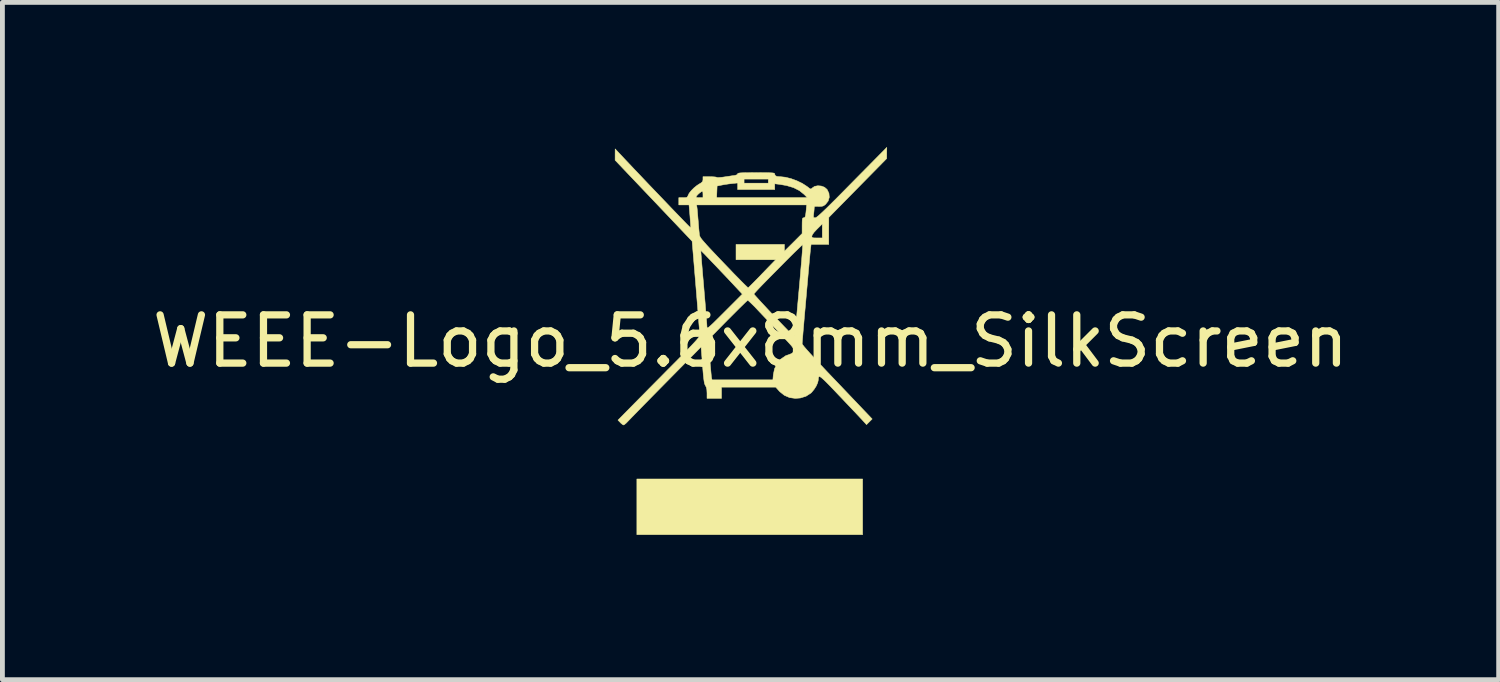
<source format=kicad_pcb>
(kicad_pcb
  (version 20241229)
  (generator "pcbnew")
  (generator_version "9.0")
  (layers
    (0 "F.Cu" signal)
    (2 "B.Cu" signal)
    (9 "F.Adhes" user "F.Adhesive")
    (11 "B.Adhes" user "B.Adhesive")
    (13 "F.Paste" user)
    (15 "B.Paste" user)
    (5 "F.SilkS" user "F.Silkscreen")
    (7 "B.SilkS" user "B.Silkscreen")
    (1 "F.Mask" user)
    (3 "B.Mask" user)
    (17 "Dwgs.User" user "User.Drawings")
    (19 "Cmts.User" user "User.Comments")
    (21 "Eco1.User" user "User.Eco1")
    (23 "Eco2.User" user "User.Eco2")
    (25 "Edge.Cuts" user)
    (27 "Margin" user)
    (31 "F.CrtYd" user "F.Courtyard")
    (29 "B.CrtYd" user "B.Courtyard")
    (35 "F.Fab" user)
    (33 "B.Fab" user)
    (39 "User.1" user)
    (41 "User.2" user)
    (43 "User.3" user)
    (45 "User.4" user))
  (footprint "WEEE-Logo_5.6x8mm_SilkScreen"
    (layer "F.Cu")
    (at 12.506 4.021)
    (property "Reference" "WEEE-Logo_5.6x8mm_SilkScreen" (at 0 0 0) (layer "F.SilkS") (effects (font (size 1 1) (thickness 0.15))))
    (attr board_only exclude_from_pos_files exclude_from_bom allow_missing_courtyard)
    (fp_poly (pts (xy 2.323 4.011) (xy -2.356 4.011) (xy -2.356 2.857) (xy 2.323 2.857) (xy 2.323 4.011)) (stroke (width 0.01) (type solid)) (fill yes) (layer "F.SilkS"))
    (fp_poly (pts (xy 2.823 -3.901) (xy 2.822 -3.785) (xy 2.222 -3.175) (xy 1.622 -2.565) (xy 1.621 -2.285) (xy 1.621 -2.005) (xy 1.255 -2.005) (xy 1.246 -1.934) (xy 1.242 -1.902) (xy 1.236 -1.841) (xy 1.228 -1.755) (xy 1.218 -1.648) (xy 1.207 -1.523) (xy 1.194 -1.384) (xy 1.181 -1.235) (xy 1.167 -1.078) (xy 1.153 -0.919) (xy 1.139 -0.76) (xy 1.125 -0.606) (xy 1.112 -0.459) (xy 1.101 -0.324) (xy 1.09 -0.203) (xy 1.082 -0.101) (xy 1.075 -0.022) (xy 1.071 0.031) (xy 1.07 0.055) (xy 1.07 0.055) (xy 1.08 0.074) (xy 1.111 0.114) (xy 1.163 0.174) (xy 1.236 0.256) (xy 1.331 0.359) (xy 1.448 0.485) (xy 1.587 0.633) (xy 1.75 0.804) (xy 1.796 0.852) (xy 2.521 1.613) (xy 2.463 1.671) (xy 2.404 1.73) (xy 2.309 1.626) (xy 2.274 1.589) (xy 2.22 1.531) (xy 2.15 1.457) (xy 2.067 1.37) (xy 1.976 1.274) (xy 1.88 1.172) (xy 1.822 1.112) (xy 1.714 0.998) (xy 1.626 0.907) (xy 1.557 0.837) (xy 1.504 0.787) (xy 1.466 0.754) (xy 1.439 0.736) (xy 1.421 0.734) (xy 1.412 0.744) (xy 1.407 0.764) (xy 1.405 0.795) (xy 1.405 0.803) (xy 1.392 0.86) (xy 1.362 0.929) (xy 1.318 0.998) (xy 1.269 1.058) (xy 1.25 1.077) (xy 1.149 1.142) (xy 1.032 1.178) (xy 0.928 1.186) (xy 0.81 1.17) (xy 0.701 1.123) (xy 0.605 1.046) (xy 0.587 1.026) (xy 0.522 0.953) (xy -0.602 0.953) (xy -0.602 1.186) (xy -0.902 1.186) (xy -0.902 1.077) (xy -0.906 1.003) (xy -0.919 0.951) (xy -0.934 0.923) (xy -0.945 0.902) (xy -0.955 0.873) (xy -0.963 0.831) (xy -0.971 0.77) (xy -0.98 0.688) (xy -0.989 0.579) (xy -0.995 0.498) (xy -1.025 0.119) (xy -1.746 0.849) (xy -1.876 0.981) (xy -2.001 1.108) (xy -2.119 1.228) (xy -2.227 1.338) (xy -2.322 1.435) (xy -2.404 1.519) (xy -2.468 1.585) (xy -2.514 1.633) (xy -2.539 1.659) (xy -2.579 1.7) (xy -2.613 1.728) (xy -2.631 1.738) (xy -2.654 1.727) (xy -2.688 1.699) (xy -2.699 1.687) (xy -2.748 1.637) (xy -2.481 1.366) (xy -2.413 1.297) (xy -2.325 1.208) (xy -2.221 1.103) (xy -2.106 0.986) (xy -1.982 0.861) (xy -1.854 0.732) (xy -1.726 0.602) (xy -1.633 0.509) (xy -1.493 0.368) (xy -1.376 0.248) (xy -1.279 0.148) (xy -1.201 0.066) (xy -1.142 0.002) (xy -1.112 -0.032) (xy -0.875 -0.032) (xy -0.846 0.348) (xy -0.837 0.459) (xy -0.828 0.56) (xy -0.82 0.647) (xy -0.814 0.714) (xy -0.809 0.755) (xy -0.807 0.765) (xy -0.798 0.802) (xy 0.463 0.802) (xy 0.472 0.697) (xy 0.497 0.573) (xy 0.55 0.464) (xy 0.628 0.372) (xy 0.727 0.303) (xy 0.838 0.262) (xy 0.874 0.242) (xy 0.892 0.2) (xy 0.892 0.199) (xy 0.894 0.181) (xy 0.891 0.163) (xy 0.881 0.141) (xy 0.861 0.112) (xy 0.828 0.073) (xy 0.78 0.02) (xy 0.714 -0.051) (xy 0.628 -0.142) (xy 0.622 -0.148) (xy 0.53 -0.245) (xy 0.431 -0.349) (xy 0.333 -0.452) (xy 0.243 -0.547) (xy 0.167 -0.627) (xy 0.15 -0.645) (xy 0.086 -0.713) (xy 0.028 -0.77) (xy -0.018 -0.814) (xy -0.048 -0.841) (xy -0.059 -0.846) (xy -0.074 -0.834) (xy -0.11 -0.801) (xy -0.163 -0.749) (xy -0.232 -0.682) (xy -0.312 -0.602) (xy -0.402 -0.512) (xy -0.476 -0.438) (xy -0.875 -0.032) (xy -1.112 -0.032) (xy -1.099 -0.047) (xy -1.07 -0.083) (xy -1.056 -0.107) (xy -1.052 -0.118) (xy -1.053 -0.141) (xy -1.057 -0.195) (xy -1.063 -0.277) (xy -1.072 -0.382) (xy -1.082 -0.508) (xy -1.093 -0.651) (xy -1.106 -0.81) (xy -1.12 -0.98) (xy -1.131 -1.115) (xy -1.195 -1.881) (xy -1.031 -1.881) (xy -1.03 -1.864) (xy -1.027 -1.818) (xy -1.021 -1.745) (xy -1.014 -1.648) (xy -1.004 -1.531) (xy -0.993 -1.398) (xy -0.98 -1.25) (xy -0.968 -1.111) (xy -0.955 -0.952) (xy -0.942 -0.803) (xy -0.931 -0.665) (xy -0.921 -0.544) (xy -0.913 -0.443) (xy -0.907 -0.364) (xy -0.904 -0.313) (xy -0.903 -0.293) (xy -0.901 -0.28) (xy -0.895 -0.275) (xy -0.881 -0.28) (xy -0.859 -0.296) (xy -0.824 -0.326) (xy -0.775 -0.372) (xy -0.71 -0.436) (xy -0.626 -0.519) (xy -0.536 -0.609) (xy -0.17 -0.975) (xy -0.172 -0.978) (xy 0.07 -0.978) (xy 0.081 -0.962) (xy 0.112 -0.927) (xy 0.16 -0.874) (xy 0.221 -0.807) (xy 0.293 -0.73) (xy 0.372 -0.645) (xy 0.456 -0.556) (xy 0.541 -0.466) (xy 0.624 -0.379) (xy 0.703 -0.297) (xy 0.773 -0.225) (xy 0.832 -0.164) (xy 0.877 -0.119) (xy 0.905 -0.093) (xy 0.912 -0.088) (xy 0.915 -0.105) (xy 0.92 -0.153) (xy 0.928 -0.228) (xy 0.937 -0.327) (xy 0.949 -0.447) (xy 0.962 -0.586) (xy 0.976 -0.741) (xy 0.991 -0.908) (xy 1.003 -1.042) (xy 1.019 -1.217) (xy 1.033 -1.381) (xy 1.046 -1.533) (xy 1.058 -1.668) (xy 1.067 -1.784) (xy 1.074 -1.878) (xy 1.079 -1.947) (xy 1.081 -1.988) (xy 1.081 -1.999) (xy 1.068 -1.99) (xy 1.035 -1.959) (xy 0.984 -1.91) (xy 0.918 -1.847) (xy 0.841 -1.771) (xy 0.756 -1.686) (xy 0.665 -1.594) (xy 0.571 -1.499) (xy 0.477 -1.404) (xy 0.386 -1.312) (xy 0.301 -1.225) (xy 0.225 -1.147) (xy 0.161 -1.08) (xy 0.112 -1.027) (xy 0.081 -0.992) (xy 0.07 -0.978) (xy -0.172 -0.978) (xy -0.306 -1.121) (xy -0.376 -1.196) (xy -0.454 -1.279) (xy -0.537 -1.367) (xy -0.623 -1.457) (xy -0.708 -1.547) (xy -0.79 -1.632) (xy -0.864 -1.71) (xy -0.928 -1.777) (xy -0.98 -1.83) (xy -1.015 -1.865) (xy -1.03 -1.881) (xy -1.031 -1.881) (xy -1.195 -1.881) (xy -1.211 -2.072) (xy -2.009 -2.912) (xy -2.807 -3.751) (xy -2.807 -3.868) (xy -2.806 -3.985) (xy -2.677 -3.848) (xy -2.605 -3.771) (xy -2.52 -3.681) (xy -2.424 -3.579) (xy -2.32 -3.47) (xy -2.209 -3.353) (xy -2.095 -3.233) (xy -1.979 -3.112) (xy -1.864 -2.992) (xy -1.752 -2.875) (xy -1.645 -2.763) (xy -1.546 -2.66) (xy -1.457 -2.568) (xy -1.38 -2.488) (xy -1.318 -2.424) (xy -1.272 -2.378) (xy -1.246 -2.352) (xy -1.24 -2.347) (xy -1.24 -2.364) (xy -1.242 -2.409) (xy -1.247 -2.475) (xy -1.253 -2.556) (xy -1.255 -2.588) (xy -1.275 -2.824) (xy -1.12 -2.824) (xy -1.112 -2.786) (xy -1.108 -2.757) (xy -1.102 -2.701) (xy -1.096 -2.626) (xy -1.089 -2.539) (xy -1.086 -2.507) (xy -1.079 -2.414) (xy -1.072 -2.328) (xy -1.065 -2.257) (xy -1.06 -2.209) (xy -1.059 -2.2) (xy -1.054 -2.182) (xy -1.045 -2.161) (xy -1.028 -2.134) (xy -1.002 -2.1) (xy -0.964 -2.056) (xy -0.914 -1.999) (xy -0.848 -1.927) (xy -0.764 -1.838) (xy -0.661 -1.729) (xy -0.556 -1.619) (xy -0.451 -1.51) (xy -0.354 -1.408) (xy -0.265 -1.318) (xy -0.189 -1.24) (xy -0.127 -1.178) (xy -0.081 -1.134) (xy -0.055 -1.11) (xy -0.049 -1.106) (xy -0.035 -1.119) (xy 0.000039 -1.153) (xy 0.051 -1.204) (xy 0.115 -1.269) (xy 0.189 -1.344) (xy 0.242 -1.4) (xy 0.521 -1.688) (xy -0.301 -1.688) (xy -0.301 -2.005) (xy 0.702 -2.005) (xy 0.702 -1.864) (xy 0.886 -2.047) (xy 1.016 -2.177) (xy 1.27 -2.177) (xy 1.272 -2.157) (xy 1.285 -2.145) (xy 1.314 -2.14) (xy 1.369 -2.139) (xy 1.379 -2.139) (xy 1.487 -2.139) (xy 1.487 -2.43) (xy 1.379 -2.323) (xy 1.317 -2.257) (xy 1.281 -2.207) (xy 1.27 -2.177) (xy 1.016 -2.177) (xy 1.069 -2.23) (xy 1.069 -2.393) (xy 1.07 -2.469) (xy 1.072 -2.516) (xy 1.078 -2.543) (xy 1.087 -2.554) (xy 1.102 -2.557) (xy 1.118 -2.56) (xy 1.13 -2.574) (xy 1.139 -2.604) (xy 1.147 -2.655) (xy 1.155 -2.733) (xy 1.157 -2.761) (xy 1.163 -2.824) (xy -1.12 -2.824) (xy -1.275 -2.824) (xy -1.487 -2.824) (xy -1.487 -2.974) (xy -1.397 -2.974) (xy -1.344 -2.976) (xy -1.316 -2.983) (xy -1.312 -2.987) (xy -1.128 -2.987) (xy -1.118 -2.978) (xy -1.084 -2.975) (xy -1.062 -2.974) (xy -0.986 -2.974) (xy -0.703 -2.974) (xy 1.177 -2.974) (xy 1.113 -3.04) (xy 1.014 -3.12) (xy 0.892 -3.182) (xy 0.744 -3.226) (xy 0.597 -3.251) (xy 0.501 -3.262) (xy 0.501 -3.142) (xy -0.267 -3.142) (xy -0.267 -3.279) (xy -0.38 -3.267) (xy -0.459 -3.258) (xy -0.543 -3.245) (xy -0.593 -3.236) (xy -0.693 -3.216) (xy -0.698 -3.095) (xy -0.703 -2.974) (xy -0.986 -2.974) (xy -0.986 -3.041) (xy -0.988 -3.083) (xy -0.994 -3.106) (xy -0.996 -3.108) (xy -1.021 -3.097) (xy -1.057 -3.071) (xy -1.093 -3.039) (xy -1.118 -3.01) (xy -1.12 -3.007) (xy -1.128 -2.987) (xy -1.312 -2.987) (xy -1.302 -2.999) (xy -1.296 -3.017) (xy -1.273 -3.064) (xy -1.229 -3.12) (xy -1.172 -3.177) (xy -1.109 -3.228) (xy -1.067 -3.255) (xy -1.019 -3.284) (xy -0.995 -3.309) (xy -0.987 -3.337) (xy -0.986 -3.355) (xy -0.986 -3.359) (xy -0.134 -3.359) (xy -0.134 -3.275) (xy 0.368 -3.275) (xy 0.368 -3.359) (xy -0.134 -3.359) (xy -0.986 -3.359) (xy -0.986 -3.409) (xy -0.845 -3.409) (xy -0.781 -3.407) (xy -0.73 -3.403) (xy -0.702 -3.397) (xy -0.699 -3.395) (xy -0.681 -3.391) (xy -0.638 -3.393) (xy -0.577 -3.399) (xy -0.535 -3.405) (xy -0.459 -3.416) (xy -0.389 -3.427) (xy -0.337 -3.434) (xy -0.322 -3.436) (xy -0.282 -3.449) (xy -0.267 -3.468) (xy -0.263 -3.476) (xy -0.247 -3.482) (xy -0.217 -3.487) (xy -0.168 -3.49) (xy -0.096 -3.491) (xy 0.002 -3.492) (xy 0.117 -3.493) (xy 0.24 -3.492) (xy 0.333 -3.492) (xy 0.402 -3.49) (xy 0.448 -3.488) (xy 0.478 -3.484) (xy 0.494 -3.478) (xy 0.5 -3.47) (xy 0.501 -3.461) (xy 0.512 -3.432) (xy 0.545 -3.415) (xy 0.606 -3.409) (xy 0.617 -3.409) (xy 0.72 -3.398) (xy 0.838 -3.369) (xy 0.958 -3.325) (xy 1.072 -3.27) (xy 1.168 -3.208) (xy 1.18 -3.199) (xy 1.221 -3.167) (xy 1.245 -3.154) (xy 1.261 -3.158) (xy 1.279 -3.175) (xy 1.329 -3.209) (xy 1.395 -3.221) (xy 1.467 -3.215) (xy 1.533 -3.19) (xy 1.583 -3.147) (xy 1.587 -3.143) (xy 1.625 -3.064) (xy 1.632 -2.982) (xy 1.609 -2.905) (xy 1.556 -2.837) (xy 1.55 -2.832) (xy 1.513 -2.805) (xy 1.475 -2.794) (xy 1.422 -2.793) (xy 1.409 -2.793) (xy 1.357 -2.795) (xy 1.331 -2.791) (xy 1.321 -2.778) (xy 1.32 -2.766) (xy 1.318 -2.73) (xy 1.313 -2.676) (xy 1.309 -2.644) (xy 1.304 -2.594) (xy 1.306 -2.568) (xy 1.319 -2.558) (xy 1.341 -2.557) (xy 1.355 -2.561) (xy 1.376 -2.575) (xy 1.408 -2.6) (xy 1.45 -2.638) (xy 1.506 -2.69) (xy 1.576 -2.757) (xy 1.662 -2.842) (xy 1.767 -2.946) (xy 1.89 -3.07) (xy 2.034 -3.216) (xy 2.104 -3.287) (xy 2.824 -4.016) (xy 2.823 -3.901)) (stroke (width 0.01) (type solid)) (fill yes) (layer "F.SilkS")))
  (gr_rect
    (start -3 -3)
    (end 28.012 11.037)
    (stroke (width 0.1) (type default))
    (fill no)
    (layer "Edge.Cuts")))
</source>
